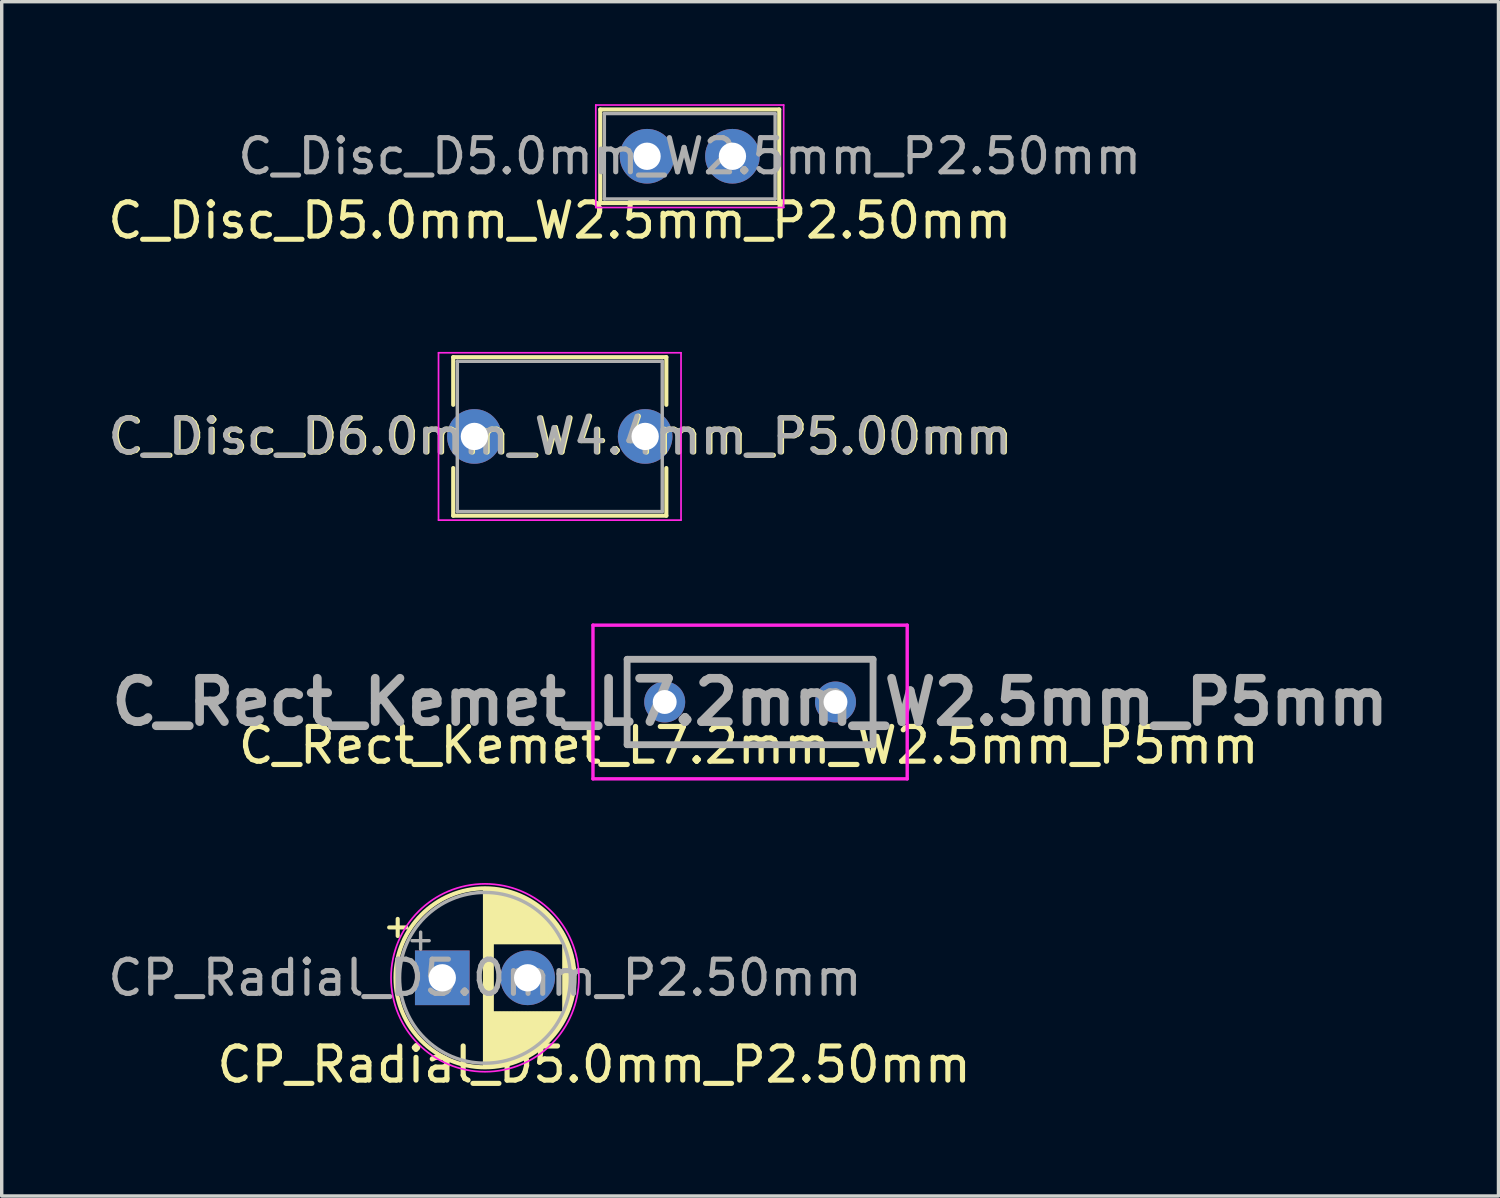
<source format=kicad_pcb>
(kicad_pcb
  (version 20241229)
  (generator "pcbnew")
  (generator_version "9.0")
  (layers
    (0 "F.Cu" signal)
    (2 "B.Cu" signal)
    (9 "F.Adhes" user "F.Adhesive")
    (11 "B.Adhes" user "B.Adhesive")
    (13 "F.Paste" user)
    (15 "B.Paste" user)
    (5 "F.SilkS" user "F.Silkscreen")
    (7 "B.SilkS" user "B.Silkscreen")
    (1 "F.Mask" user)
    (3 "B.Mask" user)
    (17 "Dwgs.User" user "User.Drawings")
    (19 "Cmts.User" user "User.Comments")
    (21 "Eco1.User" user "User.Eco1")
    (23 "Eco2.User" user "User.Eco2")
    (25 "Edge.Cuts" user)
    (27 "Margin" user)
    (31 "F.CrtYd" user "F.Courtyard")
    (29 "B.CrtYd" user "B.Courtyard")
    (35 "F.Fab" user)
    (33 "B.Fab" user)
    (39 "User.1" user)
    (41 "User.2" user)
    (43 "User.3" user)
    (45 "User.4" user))
  (footprint "C_Disc_D6.0mm_W4.4mm_P5.00mm"
    (layer "F.Cu")
    (at 10.839 9.728)
    (property "Reference" "C_Disc_D6.0mm_W4.4mm_P5.00mm" (at 2.54 0 180) (layer "F.SilkS") (effects (font (size 1 1) (thickness 0.15))))
    (attr through_hole)
    (fp_line (start -0.62 -2.321) (end -0.62 -0.925) (stroke (width 0.12) (type solid)) (layer "F.SilkS"))
    (fp_line (start -0.62 -2.321) (end 5.62 -2.321) (stroke (width 0.12) (type solid)) (layer "F.SilkS"))
    (fp_line (start -0.62 0.925) (end -0.62 2.321) (stroke (width 0.12) (type solid)) (layer "F.SilkS"))
    (fp_line (start -0.62 2.321) (end 5.62 2.321) (stroke (width 0.12) (type solid)) (layer "F.SilkS"))
    (fp_line (start 5.62 -2.321) (end 5.62 -0.925) (stroke (width 0.12) (type solid)) (layer "F.SilkS"))
    (fp_line (start 5.62 0.925) (end 5.62 2.321) (stroke (width 0.12) (type solid)) (layer "F.SilkS"))
    (fp_line (start -1.05 -2.45) (end -1.05 2.45) (stroke (width 0.05) (type solid)) (layer "F.CrtYd"))
    (fp_line (start -1.05 2.45) (end 6.05 2.45) (stroke (width 0.05) (type solid)) (layer "F.CrtYd"))
    (fp_line (start 6.05 -2.45) (end -1.05 -2.45) (stroke (width 0.05) (type solid)) (layer "F.CrtYd"))
    (fp_line (start 6.05 2.45) (end 6.05 -2.45) (stroke (width 0.05) (type solid)) (layer "F.CrtYd"))
    (fp_line (start -0.5 -2.2) (end -0.5 2.2) (stroke (width 0.1) (type solid)) (layer "F.Fab"))
    (fp_line (start -0.5 2.2) (end 5.5 2.2) (stroke (width 0.1) (type solid)) (layer "F.Fab"))
    (fp_line (start 5.5 -2.2) (end -0.5 -2.2) (stroke (width 0.1) (type solid)) (layer "F.Fab"))
    (fp_line (start 5.5 2.2) (end 5.5 -2.2) (stroke (width 0.1) (type solid)) (layer "F.Fab"))
    (fp_text user "${REFERENCE}" (at 2.5 0 180) (layer "F.Fab") (effects (font (size 1 1) (thickness 0.15))))
    (pad "1" thru_hole circle (at 0 0) (size 1.6 1.6) (drill 0.8) (layers "*.Cu" "*.Mask"))
    (pad "2" thru_hole circle (at 5 0) (size 1.6 1.6) (drill 0.8) (layers "*.Cu" "*.Mask")))
  (footprint "C_Rect_Kemet_L7.2mm_W2.5mm_P5mm"
    (layer "F.Cu")
    (at 16.411 17.503)
    (property "Reference" "C_Rect_Kemet_L7.2mm_W2.5mm_P5mm" (at 2.46 1.27 180) (layer "F.SilkS") (effects (font (size 1.016 1.016) (thickness 0.152))))
    (attr through_hole)
    (fp_line (start -1.1 -1.25) (end 6.1 -1.25) (stroke (width 0.1) (type solid)) (layer "F.SilkS"))
    (fp_line (start -1.1 1.25) (end -1.1 -1.25) (stroke (width 0.1) (type solid)) (layer "F.SilkS"))
    (fp_line (start 6.1 -1.25) (end 6.1 1.25) (stroke (width 0.1) (type solid)) (layer "F.SilkS"))
    (fp_line (start 6.1 1.25) (end -1.1 1.25) (stroke (width 0.1) (type solid)) (layer "F.SilkS"))
    (fp_line (start -2.1 -2.25) (end 7.1 -2.25) (stroke (width 0.1) (type solid)) (layer "F.CrtYd"))
    (fp_line (start -2.1 2.25) (end -2.1 -2.25) (stroke (width 0.1) (type solid)) (layer "F.CrtYd"))
    (fp_line (start 7.1 -2.25) (end 7.1 2.25) (stroke (width 0.1) (type solid)) (layer "F.CrtYd"))
    (fp_line (start 7.1 2.25) (end -2.1 2.25) (stroke (width 0.1) (type solid)) (layer "F.CrtYd"))
    (fp_line (start -1.1 -1.25) (end 6.1 -1.25) (stroke (width 0.2) (type solid)) (layer "F.Fab"))
    (fp_line (start -1.1 1.25) (end -1.1 -1.25) (stroke (width 0.2) (type solid)) (layer "F.Fab"))
    (fp_line (start 6.1 -1.25) (end 6.1 1.25) (stroke (width 0.2) (type solid)) (layer "F.Fab"))
    (fp_line (start 6.1 1.25) (end -1.1 1.25) (stroke (width 0.2) (type solid)) (layer "F.Fab"))
    (fp_text user "${REFERENCE}" (at 2.5 0 180) (layer "F.Fab") (effects (font (size 1.27 1.27) (thickness 0.254))))
    (pad "1" thru_hole circle (at 0 0) (size 1.2 1.2) (drill 0.7) (layers "*.Cu" "*.Mask"))
    (pad "2" thru_hole circle (at 5 0) (size 1.2 1.2) (drill 0.7) (layers "*.Cu" "*.Mask")))
  (footprint "C_Disc_D5.0mm_W2.5mm_P2.50mm"
    (layer "F.Cu")
    (at 15.894 1.525)
    (property "Reference" "C_Disc_D5.0mm_W2.5mm_P2.50mm" (at -2.555 1.88 180) (layer "F.SilkS") (effects (font (size 1 1) (thickness 0.15))))
    (attr through_hole)
    (fp_line (start -1.37 -1.37) (end -1.37 1.37) (stroke (width 0.12) (type solid)) (layer "F.SilkS"))
    (fp_line (start -1.37 -1.37) (end 3.87 -1.37) (stroke (width 0.12) (type solid)) (layer "F.SilkS"))
    (fp_line (start -1.37 1.37) (end 3.87 1.37) (stroke (width 0.12) (type solid)) (layer "F.SilkS"))
    (fp_line (start 3.87 -1.37) (end 3.87 1.37) (stroke (width 0.12) (type solid)) (layer "F.SilkS"))
    (fp_line (start -1.5 -1.5) (end -1.5 1.5) (stroke (width 0.05) (type solid)) (layer "F.CrtYd"))
    (fp_line (start -1.5 1.5) (end 4 1.5) (stroke (width 0.05) (type solid)) (layer "F.CrtYd"))
    (fp_line (start 4 -1.5) (end -1.5 -1.5) (stroke (width 0.05) (type solid)) (layer "F.CrtYd"))
    (fp_line (start 4 1.5) (end 4 -1.5) (stroke (width 0.05) (type solid)) (layer "F.CrtYd"))
    (fp_line (start -1.25 -1.25) (end -1.25 1.25) (stroke (width 0.1) (type solid)) (layer "F.Fab"))
    (fp_line (start -1.25 1.25) (end 3.75 1.25) (stroke (width 0.1) (type solid)) (layer "F.Fab"))
    (fp_line (start 3.75 -1.25) (end -1.25 -1.25) (stroke (width 0.1) (type solid)) (layer "F.Fab"))
    (fp_line (start 3.75 1.25) (end 3.75 -1.25) (stroke (width 0.1) (type solid)) (layer "F.Fab"))
    (fp_text user "${REFERENCE}" (at 1.25 0 180) (layer "F.Fab") (effects (font (size 1 1) (thickness 0.15))))
    (pad "1" thru_hole circle (at 0 0) (size 1.6 1.6) (drill 0.8) (layers "*.Cu" "*.Mask"))
    (pad "2" thru_hole circle (at 2.5 0) (size 1.6 1.6) (drill 0.8) (layers "*.Cu" "*.Mask")))
  (footprint "CP_Radial_D5.0mm_P2.50mm"
    (layer "F.Cu")
    (at 9.899 25.578)
    (property "Reference" "CP_Radial_D5.0mm_P2.50mm" (at 4.445 2.54 180) (layer "F.SilkS") (effects (font (size 1 1) (thickness 0.15))))
    (attr through_hole)
    (fp_line (start -1.555 -1.475) (end -1.055 -1.475) (stroke (width 0.12) (type solid)) (layer "F.SilkS"))
    (fp_line (start -1.305 -1.725) (end -1.305 -1.225) (stroke (width 0.12) (type solid)) (layer "F.SilkS"))
    (fp_line (start 1.25 -2.58) (end 1.25 2.58) (stroke (width 0.12) (type solid)) (layer "F.SilkS"))
    (fp_line (start 1.29 -2.58) (end 1.29 2.58) (stroke (width 0.12) (type solid)) (layer "F.SilkS"))
    (fp_line (start 1.33 -2.579) (end 1.33 2.579) (stroke (width 0.12) (type solid)) (layer "F.SilkS"))
    (fp_line (start 1.37 -2.578) (end 1.37 2.578) (stroke (width 0.12) (type solid)) (layer "F.SilkS"))
    (fp_line (start 1.41 -2.576) (end 1.41 2.576) (stroke (width 0.12) (type solid)) (layer "F.SilkS"))
    (fp_line (start 1.45 -2.573) (end 1.45 2.573) (stroke (width 0.12) (type solid)) (layer "F.SilkS"))
    (fp_line (start 1.49 -2.569) (end 1.49 -1.04) (stroke (width 0.12) (type solid)) (layer "F.SilkS"))
    (fp_line (start 1.49 1.04) (end 1.49 2.569) (stroke (width 0.12) (type solid)) (layer "F.SilkS"))
    (fp_line (start 1.53 -2.565) (end 1.53 -1.04) (stroke (width 0.12) (type solid)) (layer "F.SilkS"))
    (fp_line (start 1.53 1.04) (end 1.53 2.565) (stroke (width 0.12) (type solid)) (layer "F.SilkS"))
    (fp_line (start 1.57 -2.561) (end 1.57 -1.04) (stroke (width 0.12) (type solid)) (layer "F.SilkS"))
    (fp_line (start 1.57 1.04) (end 1.57 2.561) (stroke (width 0.12) (type solid)) (layer "F.SilkS"))
    (fp_line (start 1.61 -2.556) (end 1.61 -1.04) (stroke (width 0.12) (type solid)) (layer "F.SilkS"))
    (fp_line (start 1.61 1.04) (end 1.61 2.556) (stroke (width 0.12) (type solid)) (layer "F.SilkS"))
    (fp_line (start 1.65 -2.55) (end 1.65 -1.04) (stroke (width 0.12) (type solid)) (layer "F.SilkS"))
    (fp_line (start 1.65 1.04) (end 1.65 2.55) (stroke (width 0.12) (type solid)) (layer "F.SilkS"))
    (fp_line (start 1.69 -2.543) (end 1.69 -1.04) (stroke (width 0.12) (type solid)) (layer "F.SilkS"))
    (fp_line (start 1.69 1.04) (end 1.69 2.543) (stroke (width 0.12) (type solid)) (layer "F.SilkS"))
    (fp_line (start 1.73 -2.536) (end 1.73 -1.04) (stroke (width 0.12) (type solid)) (layer "F.SilkS"))
    (fp_line (start 1.73 1.04) (end 1.73 2.536) (stroke (width 0.12) (type solid)) (layer "F.SilkS"))
    (fp_line (start 1.77 -2.528) (end 1.77 -1.04) (stroke (width 0.12) (type solid)) (layer "F.SilkS"))
    (fp_line (start 1.77 1.04) (end 1.77 2.528) (stroke (width 0.12) (type solid)) (layer "F.SilkS"))
    (fp_line (start 1.81 -2.52) (end 1.81 -1.04) (stroke (width 0.12) (type solid)) (layer "F.SilkS"))
    (fp_line (start 1.81 1.04) (end 1.81 2.52) (stroke (width 0.12) (type solid)) (layer "F.SilkS"))
    (fp_line (start 1.85 -2.511) (end 1.85 -1.04) (stroke (width 0.12) (type solid)) (layer "F.SilkS"))
    (fp_line (start 1.85 1.04) (end 1.85 2.511) (stroke (width 0.12) (type solid)) (layer "F.SilkS"))
    (fp_line (start 1.89 -2.501) (end 1.89 -1.04) (stroke (width 0.12) (type solid)) (layer "F.SilkS"))
    (fp_line (start 1.89 1.04) (end 1.89 2.501) (stroke (width 0.12) (type solid)) (layer "F.SilkS"))
    (fp_line (start 1.93 -2.491) (end 1.93 -1.04) (stroke (width 0.12) (type solid)) (layer "F.SilkS"))
    (fp_line (start 1.93 1.04) (end 1.93 2.491) (stroke (width 0.12) (type solid)) (layer "F.SilkS"))
    (fp_line (start 1.971 -2.48) (end 1.971 -1.04) (stroke (width 0.12) (type solid)) (layer "F.SilkS"))
    (fp_line (start 1.971 1.04) (end 1.971 2.48) (stroke (width 0.12) (type solid)) (layer "F.SilkS"))
    (fp_line (start 2.011 -2.468) (end 2.011 -1.04) (stroke (width 0.12) (type solid)) (layer "F.SilkS"))
    (fp_line (start 2.011 1.04) (end 2.011 2.468) (stroke (width 0.12) (type solid)) (layer "F.SilkS"))
    (fp_line (start 2.051 -2.455) (end 2.051 -1.04) (stroke (width 0.12) (type solid)) (layer "F.SilkS"))
    (fp_line (start 2.051 1.04) (end 2.051 2.455) (stroke (width 0.12) (type solid)) (layer "F.SilkS"))
    (fp_line (start 2.091 -2.442) (end 2.091 -1.04) (stroke (width 0.12) (type solid)) (layer "F.SilkS"))
    (fp_line (start 2.091 1.04) (end 2.091 2.442) (stroke (width 0.12) (type solid)) (layer "F.SilkS"))
    (fp_line (start 2.131 -2.428) (end 2.131 -1.04) (stroke (width 0.12) (type solid)) (layer "F.SilkS"))
    (fp_line (start 2.131 1.04) (end 2.131 2.428) (stroke (width 0.12) (type solid)) (layer "F.SilkS"))
    (fp_line (start 2.171 -2.414) (end 2.171 -1.04) (stroke (width 0.12) (type solid)) (layer "F.SilkS"))
    (fp_line (start 2.171 1.04) (end 2.171 2.414) (stroke (width 0.12) (type solid)) (layer "F.SilkS"))
    (fp_line (start 2.211 -2.398) (end 2.211 -1.04) (stroke (width 0.12) (type solid)) (layer "F.SilkS"))
    (fp_line (start 2.211 1.04) (end 2.211 2.398) (stroke (width 0.12) (type solid)) (layer "F.SilkS"))
    (fp_line (start 2.251 -2.382) (end 2.251 -1.04) (stroke (width 0.12) (type solid)) (layer "F.SilkS"))
    (fp_line (start 2.251 1.04) (end 2.251 2.382) (stroke (width 0.12) (type solid)) (layer "F.SilkS"))
    (fp_line (start 2.291 -2.365) (end 2.291 -1.04) (stroke (width 0.12) (type solid)) (layer "F.SilkS"))
    (fp_line (start 2.291 1.04) (end 2.291 2.365) (stroke (width 0.12) (type solid)) (layer "F.SilkS"))
    (fp_line (start 2.331 -2.348) (end 2.331 -1.04) (stroke (width 0.12) (type solid)) (layer "F.SilkS"))
    (fp_line (start 2.331 1.04) (end 2.331 2.348) (stroke (width 0.12) (type solid)) (layer "F.SilkS"))
    (fp_line (start 2.371 -2.329) (end 2.371 -1.04) (stroke (width 0.12) (type solid)) (layer "F.SilkS"))
    (fp_line (start 2.371 1.04) (end 2.371 2.329) (stroke (width 0.12) (type solid)) (layer "F.SilkS"))
    (fp_line (start 2.411 -2.31) (end 2.411 -1.04) (stroke (width 0.12) (type solid)) (layer "F.SilkS"))
    (fp_line (start 2.411 1.04) (end 2.411 2.31) (stroke (width 0.12) (type solid)) (layer "F.SilkS"))
    (fp_line (start 2.451 -2.29) (end 2.451 -1.04) (stroke (width 0.12) (type solid)) (layer "F.SilkS"))
    (fp_line (start 2.451 1.04) (end 2.451 2.29) (stroke (width 0.12) (type solid)) (layer "F.SilkS"))
    (fp_line (start 2.491 -2.268) (end 2.491 -1.04) (stroke (width 0.12) (type solid)) (layer "F.SilkS"))
    (fp_line (start 2.491 1.04) (end 2.491 2.268) (stroke (width 0.12) (type solid)) (layer "F.SilkS"))
    (fp_line (start 2.531 -2.247) (end 2.531 -1.04) (stroke (width 0.12) (type solid)) (layer "F.SilkS"))
    (fp_line (start 2.531 1.04) (end 2.531 2.247) (stroke (width 0.12) (type solid)) (layer "F.SilkS"))
    (fp_line (start 2.571 -2.224) (end 2.571 -1.04) (stroke (width 0.12) (type solid)) (layer "F.SilkS"))
    (fp_line (start 2.571 1.04) (end 2.571 2.224) (stroke (width 0.12) (type solid)) (layer "F.SilkS"))
    (fp_line (start 2.611 -2.2) (end 2.611 -1.04) (stroke (width 0.12) (type solid)) (layer "F.SilkS"))
    (fp_line (start 2.611 1.04) (end 2.611 2.2) (stroke (width 0.12) (type solid)) (layer "F.SilkS"))
    (fp_line (start 2.651 -2.175) (end 2.651 -1.04) (stroke (width 0.12) (type solid)) (layer "F.SilkS"))
    (fp_line (start 2.651 1.04) (end 2.651 2.175) (stroke (width 0.12) (type solid)) (layer "F.SilkS"))
    (fp_line (start 2.691 -2.149) (end 2.691 -1.04) (stroke (width 0.12) (type solid)) (layer "F.SilkS"))
    (fp_line (start 2.691 1.04) (end 2.691 2.149) (stroke (width 0.12) (type solid)) (layer "F.SilkS"))
    (fp_line (start 2.731 -2.122) (end 2.731 -1.04) (stroke (width 0.12) (type solid)) (layer "F.SilkS"))
    (fp_line (start 2.731 1.04) (end 2.731 2.122) (stroke (width 0.12) (type solid)) (layer "F.SilkS"))
    (fp_line (start 2.771 -2.095) (end 2.771 -1.04) (stroke (width 0.12) (type solid)) (layer "F.SilkS"))
    (fp_line (start 2.771 1.04) (end 2.771 2.095) (stroke (width 0.12) (type solid)) (layer "F.SilkS"))
    (fp_line (start 2.811 -2.065) (end 2.811 -1.04) (stroke (width 0.12) (type solid)) (layer "F.SilkS"))
    (fp_line (start 2.811 1.04) (end 2.811 2.065) (stroke (width 0.12) (type solid)) (layer "F.SilkS"))
    (fp_line (start 2.851 -2.035) (end 2.851 -1.04) (stroke (width 0.12) (type solid)) (layer "F.SilkS"))
    (fp_line (start 2.851 1.04) (end 2.851 2.035) (stroke (width 0.12) (type solid)) (layer "F.SilkS"))
    (fp_line (start 2.891 -2.004) (end 2.891 -1.04) (stroke (width 0.12) (type solid)) (layer "F.SilkS"))
    (fp_line (start 2.891 1.04) (end 2.891 2.004) (stroke (width 0.12) (type solid)) (layer "F.SilkS"))
    (fp_line (start 2.931 -1.971) (end 2.931 -1.04) (stroke (width 0.12) (type solid)) (layer "F.SilkS"))
    (fp_line (start 2.931 1.04) (end 2.931 1.971) (stroke (width 0.12) (type solid)) (layer "F.SilkS"))
    (fp_line (start 2.971 -1.937) (end 2.971 -1.04) (stroke (width 0.12) (type solid)) (layer "F.SilkS"))
    (fp_line (start 2.971 1.04) (end 2.971 1.937) (stroke (width 0.12) (type solid)) (layer "F.SilkS"))
    (fp_line (start 3.011 -1.901) (end 3.011 -1.04) (stroke (width 0.12) (type solid)) (layer "F.SilkS"))
    (fp_line (start 3.011 1.04) (end 3.011 1.901) (stroke (width 0.12) (type solid)) (layer "F.SilkS"))
    (fp_line (start 3.051 -1.864) (end 3.051 -1.04) (stroke (width 0.12) (type solid)) (layer "F.SilkS"))
    (fp_line (start 3.051 1.04) (end 3.051 1.864) (stroke (width 0.12) (type solid)) (layer "F.SilkS"))
    (fp_line (start 3.091 -1.826) (end 3.091 -1.04) (stroke (width 0.12) (type solid)) (layer "F.SilkS"))
    (fp_line (start 3.091 1.04) (end 3.091 1.826) (stroke (width 0.12) (type solid)) (layer "F.SilkS"))
    (fp_line (start 3.131 -1.785) (end 3.131 -1.04) (stroke (width 0.12) (type solid)) (layer "F.SilkS"))
    (fp_line (start 3.131 1.04) (end 3.131 1.785) (stroke (width 0.12) (type solid)) (layer "F.SilkS"))
    (fp_line (start 3.171 -1.743) (end 3.171 -1.04) (stroke (width 0.12) (type solid)) (layer "F.SilkS"))
    (fp_line (start 3.171 1.04) (end 3.171 1.743) (stroke (width 0.12) (type solid)) (layer "F.SilkS"))
    (fp_line (start 3.211 -1.699) (end 3.211 -1.04) (stroke (width 0.12) (type solid)) (layer "F.SilkS"))
    (fp_line (start 3.211 1.04) (end 3.211 1.699) (stroke (width 0.12) (type solid)) (layer "F.SilkS"))
    (fp_line (start 3.251 -1.653) (end 3.251 -1.04) (stroke (width 0.12) (type solid)) (layer "F.SilkS"))
    (fp_line (start 3.251 1.04) (end 3.251 1.653) (stroke (width 0.12) (type solid)) (layer "F.SilkS"))
    (fp_line (start 3.291 -1.605) (end 3.291 -1.04) (stroke (width 0.12) (type solid)) (layer "F.SilkS"))
    (fp_line (start 3.291 1.04) (end 3.291 1.605) (stroke (width 0.12) (type solid)) (layer "F.SilkS"))
    (fp_line (start 3.331 -1.554) (end 3.331 -1.04) (stroke (width 0.12) (type solid)) (layer "F.SilkS"))
    (fp_line (start 3.331 1.04) (end 3.331 1.554) (stroke (width 0.12) (type solid)) (layer "F.SilkS"))
    (fp_line (start 3.371 -1.5) (end 3.371 -1.04) (stroke (width 0.12) (type solid)) (layer "F.SilkS"))
    (fp_line (start 3.371 1.04) (end 3.371 1.5) (stroke (width 0.12) (type solid)) (layer "F.SilkS"))
    (fp_line (start 3.411 -1.443) (end 3.411 -1.04) (stroke (width 0.12) (type solid)) (layer "F.SilkS"))
    (fp_line (start 3.411 1.04) (end 3.411 1.443) (stroke (width 0.12) (type solid)) (layer "F.SilkS"))
    (fp_line (start 3.451 -1.383) (end 3.451 -1.04) (stroke (width 0.12) (type solid)) (layer "F.SilkS"))
    (fp_line (start 3.451 1.04) (end 3.451 1.383) (stroke (width 0.12) (type solid)) (layer "F.SilkS"))
    (fp_line (start 3.491 -1.319) (end 3.491 -1.04) (stroke (width 0.12) (type solid)) (layer "F.SilkS"))
    (fp_line (start 3.491 1.04) (end 3.491 1.319) (stroke (width 0.12) (type solid)) (layer "F.SilkS"))
    (fp_line (start 3.531 -1.251) (end 3.531 -1.04) (stroke (width 0.12) (type solid)) (layer "F.SilkS"))
    (fp_line (start 3.531 1.04) (end 3.531 1.251) (stroke (width 0.12) (type solid)) (layer "F.SilkS"))
    (fp_line (start 3.571 -1.178) (end 3.571 1.178) (stroke (width 0.12) (type solid)) (layer "F.SilkS"))
    (fp_line (start 3.611 -1.098) (end 3.611 1.098) (stroke (width 0.12) (type solid)) (layer "F.SilkS"))
    (fp_line (start 3.651 -1.011) (end 3.651 1.011) (stroke (width 0.12) (type solid)) (layer "F.SilkS"))
    (fp_line (start 3.691 -0.915) (end 3.691 0.915) (stroke (width 0.12) (type solid)) (layer "F.SilkS"))
    (fp_line (start 3.731 -0.805) (end 3.731 0.805) (stroke (width 0.12) (type solid)) (layer "F.SilkS"))
    (fp_line (start 3.771 -0.677) (end 3.771 0.677) (stroke (width 0.12) (type solid)) (layer "F.SilkS"))
    (fp_line (start 3.811 -0.518) (end 3.811 0.518) (stroke (width 0.12) (type solid)) (layer "F.SilkS"))
    (fp_line (start 3.851 -0.284) (end 3.851 0.284) (stroke (width 0.12) (type solid)) (layer "F.SilkS"))
    (fp_circle (center 1.25 0) (end 3.87 0) (stroke (width 0.12) (type solid)) (fill no) (layer "F.SilkS"))
    (fp_circle (center 1.25 0) (end 4 0) (stroke (width 0.05) (type solid)) (fill no) (layer "F.CrtYd"))
    (fp_line (start -0.884 -1.087) (end -0.384 -1.087) (stroke (width 0.1) (type solid)) (layer "F.Fab"))
    (fp_line (start -0.634 -1.337) (end -0.634 -0.838) (stroke (width 0.1) (type solid)) (layer "F.Fab"))
    (fp_circle (center 1.25 0) (end 3.75 0) (stroke (width 0.1) (type solid)) (fill no) (layer "F.Fab"))
    (fp_text user "${REFERENCE}" (at 1.25 0 180) (layer "F.Fab") (effects (font (size 1 1) (thickness 0.15))))
    (pad "1" thru_hole rect (at 0 0) (size 1.6 1.6) (drill 0.8) (layers "*.Cu" "*.Mask"))
    (pad "2" thru_hole circle (at 2.5 0) (size 1.6 1.6) (drill 0.8) (layers "*.Cu" "*.Mask")))
  (gr_rect
    (start -3 -3)
    (end 40.822 31.966)
    (stroke (width 0.1) (type default))
    (fill no)
    (layer "Edge.Cuts")))
</source>
